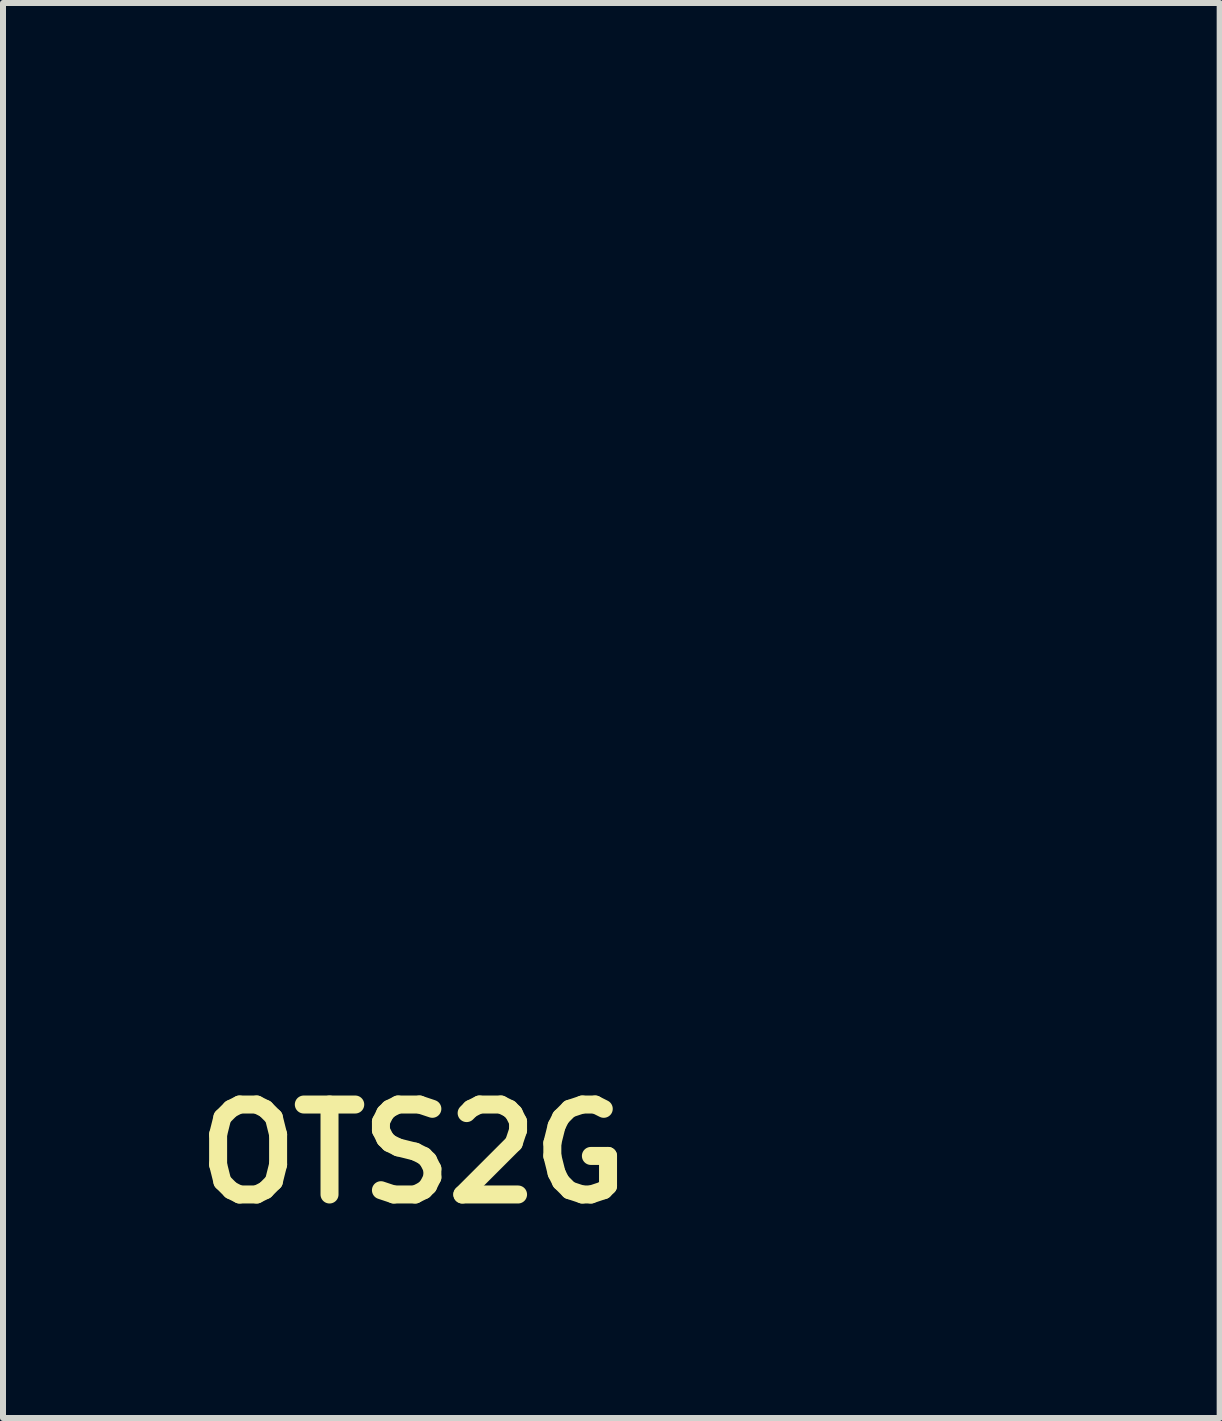
<source format=kicad_pcb>
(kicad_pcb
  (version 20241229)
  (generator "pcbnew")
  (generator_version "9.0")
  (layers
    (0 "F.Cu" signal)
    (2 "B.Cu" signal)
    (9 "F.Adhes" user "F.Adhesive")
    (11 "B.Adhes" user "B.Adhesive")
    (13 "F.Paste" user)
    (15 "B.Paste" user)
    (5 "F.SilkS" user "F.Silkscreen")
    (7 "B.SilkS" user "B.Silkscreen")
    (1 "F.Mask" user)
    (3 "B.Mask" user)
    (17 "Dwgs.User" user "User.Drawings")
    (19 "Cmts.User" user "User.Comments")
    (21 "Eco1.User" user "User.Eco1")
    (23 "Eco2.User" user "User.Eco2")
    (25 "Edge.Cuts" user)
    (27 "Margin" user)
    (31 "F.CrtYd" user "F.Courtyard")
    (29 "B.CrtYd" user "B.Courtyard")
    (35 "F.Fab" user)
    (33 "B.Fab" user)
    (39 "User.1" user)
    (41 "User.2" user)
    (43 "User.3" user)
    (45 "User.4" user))
  (footprint "OTS2G"
    (layer "F.Cu")
    (at 3.836 16.184)
    (property "Reference" "OTS2G" (at 0 0 0) (layer "F.SilkS") (effects (font (size 1.5 1.5) (thickness 0.3))))
    (attr board_only exclude_from_pos_files exclude_from_bom)
    (fp_poly (pts (xy 0.444 -16.095) (xy -0.227 -15.84) (xy -0.757 -15.436) (xy -1.129 -14.898) (xy -1.324 -14.243) (xy -1.349 -13.88) (xy -1.249 -13.174) (xy -0.963 -12.576) (xy -0.509 -12.103) (xy 0.095 -11.772) (xy 0.829 -11.598) (xy 1.236 -11.576) (xy 1.773 -11.607) (xy 2.216 -11.716) (xy 2.576 -11.874) (xy 3.172 -12.274) (xy 3.573 -12.786) (xy 3.784 -13.417) (xy 3.813 -13.778) (xy 3.606 -13.778) (xy 3.488 -13.248) (xy 3.226 -12.758) (xy 2.832 -12.338) (xy 2.314 -12.02) (xy 1.682 -11.835) (xy 1.236 -11.801) (xy 0.618 -11.868) (xy 0.024 -12.091) (xy 0.02 -12.093) (xy -0.545 -12.483) (xy -0.924 -12.993) (xy -1.107 -13.607) (xy -1.124 -13.88) (xy -1.023 -14.506) (xy -0.743 -15.041) (xy -0.317 -15.469) (xy 0.222 -15.774) (xy 0.841 -15.939) (xy 1.508 -15.947) (xy 2.188 -15.783) (xy 2.452 -15.667) (xy 3.004 -15.292) (xy 3.374 -14.831) (xy 3.571 -14.316) (xy 3.606 -13.778) (xy 3.813 -13.778) (xy 3.821 -13.88) (xy 3.722 -14.586) (xy 3.436 -15.184) (xy 2.981 -15.657) (xy 2.378 -15.988) (xy 1.644 -16.162) (xy 1.236 -16.184)) (stroke (width 0) (type solid)) (fill yes) (layer "B.Mask"))
    (fp_poly (pts (xy 7.414 -16.042) (xy 6.983 -15.965) (xy 6.768 -15.897) (xy 6.161 -15.537) (xy 5.712 -15.054) (xy 5.422 -14.485) (xy 5.29 -13.867) (xy 5.316 -13.236) (xy 5.5 -12.63) (xy 5.843 -12.086) (xy 6.344 -11.639) (xy 6.768 -11.413) (xy 7.223 -11.296) (xy 7.79 -11.25) (xy 8.37 -11.275) (xy 8.866 -11.372) (xy 8.991 -11.418) (xy 9.594 -11.786) (xy 10.037 -12.276) (xy 10.321 -12.85) (xy 10.446 -13.471) (xy 10.433 -13.716) (xy 10.22 -13.716) (xy 10.156 -13.122) (xy 9.929 -12.561) (xy 9.538 -12.071) (xy 8.984 -11.692) (xy 8.878 -11.643) (xy 8.374 -11.51) (xy 7.778 -11.476) (xy 7.198 -11.542) (xy 6.882 -11.638) (xy 6.296 -11.988) (xy 5.873 -12.455) (xy 5.612 -13.003) (xy 5.514 -13.592) (xy 5.577 -14.185) (xy 5.804 -14.744) (xy 6.193 -15.232) (xy 6.744 -15.61) (xy 6.882 -15.673) (xy 7.43 -15.812) (xy 8.057 -15.835) (xy 8.65 -15.742) (xy 8.853 -15.673) (xy 9.438 -15.323) (xy 9.861 -14.855) (xy 10.122 -14.307) (xy 10.22 -13.716) (xy 10.433 -13.716) (xy 10.413 -14.102) (xy 10.221 -14.707) (xy 9.871 -15.248) (xy 9.363 -15.69) (xy 8.967 -15.897) (xy 8.616 -15.995) (xy 8.163 -16.058) (xy 7.867 -16.072)) (stroke (width 0) (type solid)) (fill yes) (layer "B.Mask")))
  (gr_rect
    (start -3 -3)
    (end 17.282 20.588)
    (stroke (width 0.1) (type default))
    (fill no)
    (layer "Edge.Cuts")))
</source>
